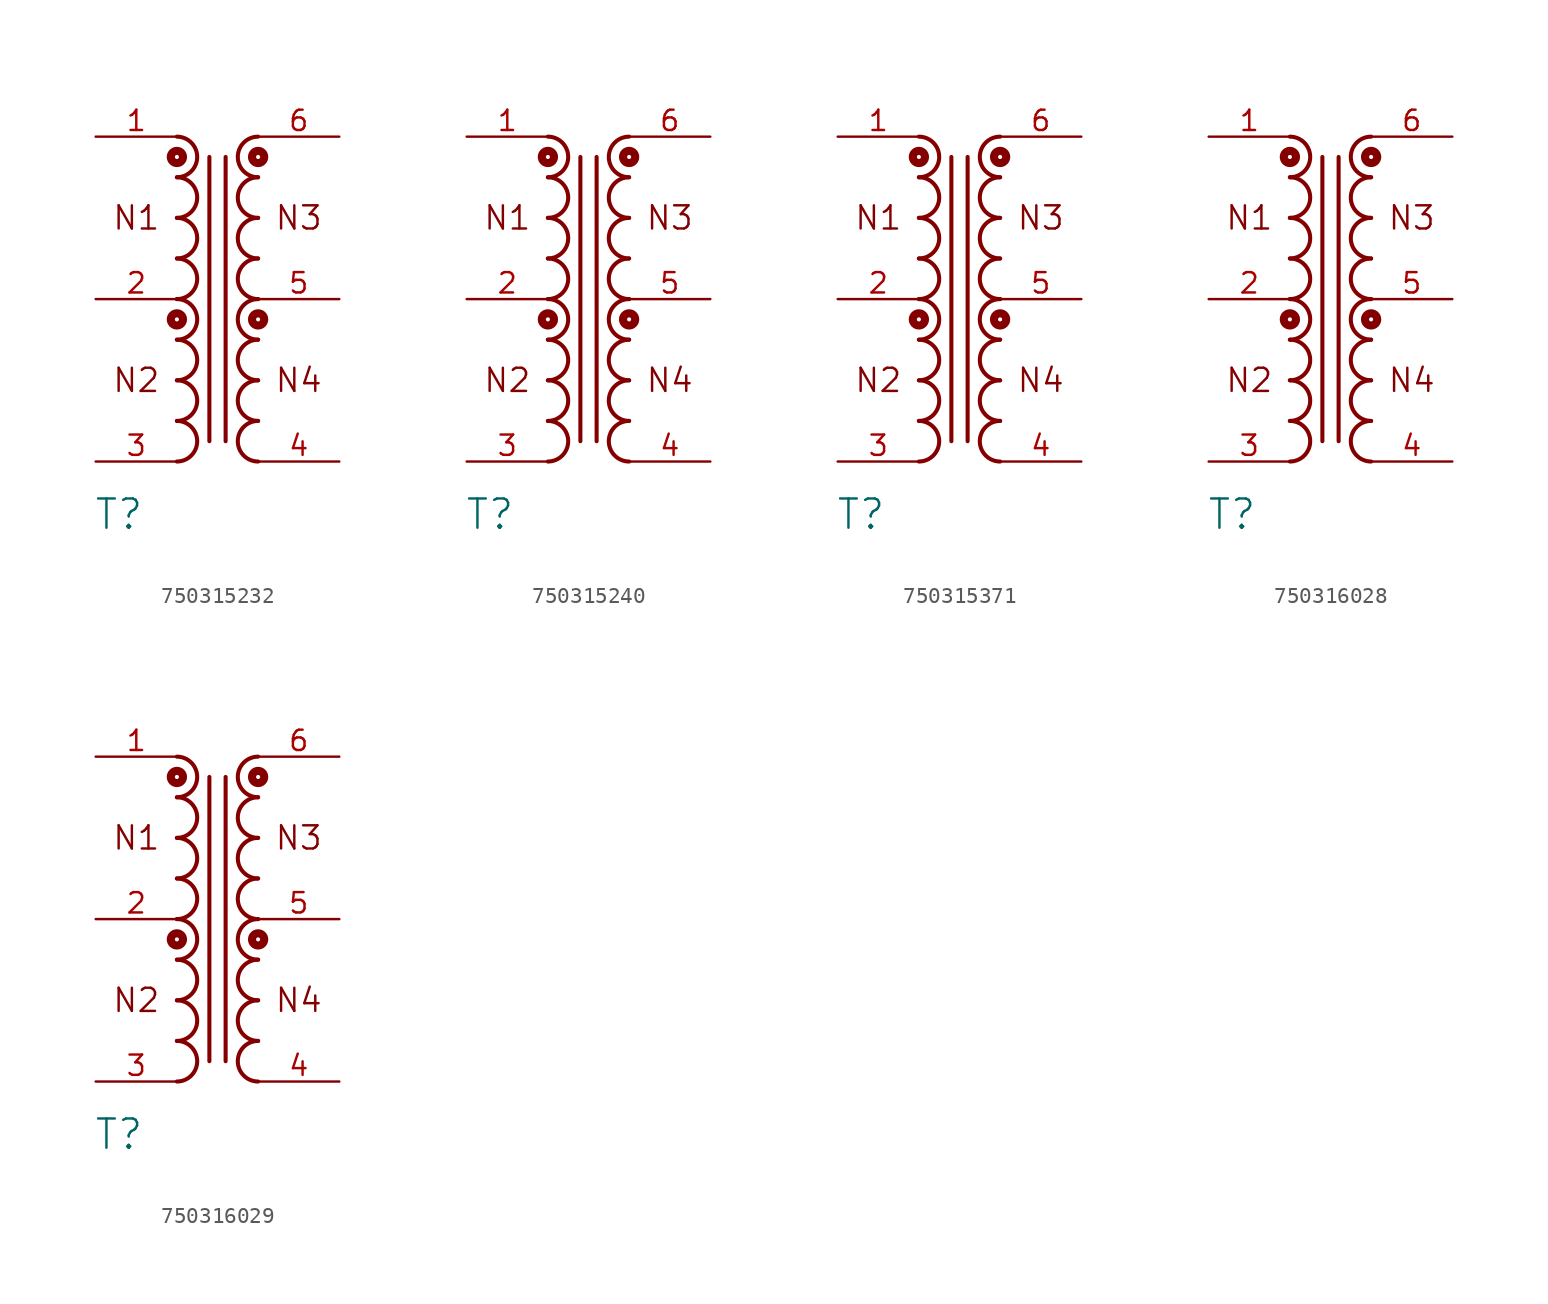
<source format=kicad_sym>
(kicad_symbol_lib
  (version 20231120)
  (generator "kicad_symbol_editor")
  (generator_version "8.0")
  (symbol "750315232"
    (property "Reference" "T"
      (at 1.457 -23.622 0)
      (effects (font (size 1.829 1.829))))
    (symbol "750315232_1_0"
      (polyline (pts (xy 7.112 -1.27) (xy 7.112 -19.05)) (stroke (width 0.254) (type solid)) (fill (type none)))
      (polyline (pts (xy 8.128 -1.27) (xy 8.128 -19.05)) (stroke (width 0.254) (type solid)) (fill (type none)))
      (arc (start 5.08 -20.32) (mid 6.35 -19.05) (end 5.08 -17.78) (stroke (width 0.254) (type solid)) (fill (type none)))
      (arc (start 5.08 -17.78) (mid 6.35 -16.51) (end 5.08 -15.24) (stroke (width 0.254) (type solid)) (fill (type none)))
      (arc (start 5.08 -15.24) (mid 6.35 -13.97) (end 5.08 -12.7) (stroke (width 0.254) (type solid)) (fill (type none)))
      (arc (start 5.08 -12.7) (mid 6.35 -11.43) (end 5.08 -10.16) (stroke (width 0.254) (type solid)) (fill (type none)))
      (circle (center 5.08 -11.43) (radius 0.127) (stroke (width 0.508) (type solid)) (fill (type none)))
      (arc (start 5.08 -10.16) (mid 6.35 -8.89) (end 5.08 -7.62) (stroke (width 0.254) (type solid)) (fill (type none)))
      (arc (start 5.08 -7.62) (mid 6.35 -6.35) (end 5.08 -5.08) (stroke (width 0.254) (type solid)) (fill (type none)))
      (arc (start 5.08 -5.08) (mid 6.35 -3.81) (end 5.08 -2.54) (stroke (width 0.254) (type solid)) (fill (type none)))
      (arc (start 5.08 -2.54) (mid 6.35 -1.27) (end 5.08 0) (stroke (width 0.254) (type solid)) (fill (type none)))
      (circle (center 5.08 -1.27) (radius 0.127) (stroke (width 0.508) (type solid)) (fill (type none)))
      (arc (start 10.16 -17.78) (mid 8.89 -19.05) (end 10.16 -20.32) (stroke (width 0.254) (type solid)) (fill (type none)))
      (arc (start 10.16 -15.24) (mid 8.89 -16.51) (end 10.16 -17.78) (stroke (width 0.254) (type solid)) (fill (type none)))
      (arc (start 10.16 -12.7) (mid 8.89 -13.97) (end 10.16 -15.24) (stroke (width 0.254) (type solid)) (fill (type none)))
      (circle (center 10.16 -11.43) (radius 0.127) (stroke (width 0.508) (type solid)) (fill (type none)))
      (arc (start 10.16 -10.16) (mid 8.89 -11.43) (end 10.16 -12.7) (stroke (width 0.254) (type solid)) (fill (type none)))
      (arc (start 10.16 -7.62) (mid 8.89 -8.89) (end 10.16 -10.16) (stroke (width 0.254) (type solid)) (fill (type none)))
      (arc (start 10.16 -5.08) (mid 8.89 -6.35) (end 10.16 -7.62) (stroke (width 0.254) (type solid)) (fill (type none)))
      (arc (start 10.16 -2.54) (mid 8.89 -3.81) (end 10.16 -5.08) (stroke (width 0.254) (type solid)) (fill (type none)))
      (circle (center 10.16 -1.27) (radius 0.127) (stroke (width 0.508) (type solid)) (fill (type none)))
      (arc (start 10.16 0) (mid 8.89 -1.27) (end 10.16 -2.54) (stroke (width 0.254) (type solid)) (fill (type none)))
      (text "N1" (at 2.54 -5.08 0) (effects (font (size 1.448 1.448))))
      (text "N2" (at 2.54 -15.24 0) (effects (font (size 1.448 1.448))))
      (text "N3" (at 12.7 -5.08 0) (effects (font (size 1.448 1.448))))
      (text "N4" (at 12.7 -15.24 0) (effects (font (size 1.448 1.448))))
      (pin passive line (at 0 0 0) (length 5.08) (name "1" (effects (font (size 0 0)))) (number "1" (effects (font (size 1.27 1.27)))))
      (pin passive line (at 0 -10.16 0) (length 5.08) (name "2" (effects (font (size 0 0)))) (number "2" (effects (font (size 1.27 1.27)))))
      (pin passive line (at 0 -20.32 0) (length 5.08) (name "3" (effects (font (size 0 0)))) (number "3" (effects (font (size 1.27 1.27)))))
      (pin passive line (at 15.24 -20.32 180) (length 5.08) (name "4" (effects (font (size 0 0)))) (number "4" (effects (font (size 1.27 1.27)))))
      (pin passive line (at 15.24 -10.16 180) (length 5.08) (name "5" (effects (font (size 0 0)))) (number "5" (effects (font (size 1.27 1.27)))))
      (pin passive line (at 15.24 0 180) (length 5.08) (name "6" (effects (font (size 0 0)))) (number "6" (effects (font (size 1.27 1.27)))))))
  (symbol "750315240"
    (property "Reference" "T"
      (at 1.457 -23.622 0)
      (effects (font (size 1.829 1.829))))
    (symbol "750315240_1_0"
      (polyline (pts (xy 7.112 -1.27) (xy 7.112 -19.05)) (stroke (width 0.254) (type solid)) (fill (type none)))
      (polyline (pts (xy 8.128 -1.27) (xy 8.128 -19.05)) (stroke (width 0.254) (type solid)) (fill (type none)))
      (arc (start 5.08 -20.32) (mid 6.35 -19.05) (end 5.08 -17.78) (stroke (width 0.254) (type solid)) (fill (type none)))
      (arc (start 5.08 -17.78) (mid 6.35 -16.51) (end 5.08 -15.24) (stroke (width 0.254) (type solid)) (fill (type none)))
      (arc (start 5.08 -15.24) (mid 6.35 -13.97) (end 5.08 -12.7) (stroke (width 0.254) (type solid)) (fill (type none)))
      (arc (start 5.08 -12.7) (mid 6.35 -11.43) (end 5.08 -10.16) (stroke (width 0.254) (type solid)) (fill (type none)))
      (circle (center 5.08 -11.43) (radius 0.127) (stroke (width 0.508) (type solid)) (fill (type none)))
      (arc (start 5.08 -10.16) (mid 6.35 -8.89) (end 5.08 -7.62) (stroke (width 0.254) (type solid)) (fill (type none)))
      (arc (start 5.08 -7.62) (mid 6.35 -6.35) (end 5.08 -5.08) (stroke (width 0.254) (type solid)) (fill (type none)))
      (arc (start 5.08 -5.08) (mid 6.35 -3.81) (end 5.08 -2.54) (stroke (width 0.254) (type solid)) (fill (type none)))
      (arc (start 5.08 -2.54) (mid 6.35 -1.27) (end 5.08 0) (stroke (width 0.254) (type solid)) (fill (type none)))
      (circle (center 5.08 -1.27) (radius 0.127) (stroke (width 0.508) (type solid)) (fill (type none)))
      (arc (start 10.16 -17.78) (mid 8.89 -19.05) (end 10.16 -20.32) (stroke (width 0.254) (type solid)) (fill (type none)))
      (arc (start 10.16 -15.24) (mid 8.89 -16.51) (end 10.16 -17.78) (stroke (width 0.254) (type solid)) (fill (type none)))
      (arc (start 10.16 -12.7) (mid 8.89 -13.97) (end 10.16 -15.24) (stroke (width 0.254) (type solid)) (fill (type none)))
      (circle (center 10.16 -11.43) (radius 0.127) (stroke (width 0.508) (type solid)) (fill (type none)))
      (arc (start 10.16 -10.16) (mid 8.89 -11.43) (end 10.16 -12.7) (stroke (width 0.254) (type solid)) (fill (type none)))
      (arc (start 10.16 -7.62) (mid 8.89 -8.89) (end 10.16 -10.16) (stroke (width 0.254) (type solid)) (fill (type none)))
      (arc (start 10.16 -5.08) (mid 8.89 -6.35) (end 10.16 -7.62) (stroke (width 0.254) (type solid)) (fill (type none)))
      (arc (start 10.16 -2.54) (mid 8.89 -3.81) (end 10.16 -5.08) (stroke (width 0.254) (type solid)) (fill (type none)))
      (circle (center 10.16 -1.27) (radius 0.127) (stroke (width 0.508) (type solid)) (fill (type none)))
      (arc (start 10.16 0) (mid 8.89 -1.27) (end 10.16 -2.54) (stroke (width 0.254) (type solid)) (fill (type none)))
      (text "N1" (at 2.54 -5.08 0) (effects (font (size 1.448 1.448))))
      (text "N2" (at 2.54 -15.24 0) (effects (font (size 1.448 1.448))))
      (text "N3" (at 12.7 -5.08 0) (effects (font (size 1.448 1.448))))
      (text "N4" (at 12.7 -15.24 0) (effects (font (size 1.448 1.448))))
      (pin passive line (at 0 0 0) (length 5.08) (name "1" (effects (font (size 0 0)))) (number "1" (effects (font (size 1.27 1.27)))))
      (pin passive line (at 0 -10.16 0) (length 5.08) (name "2" (effects (font (size 0 0)))) (number "2" (effects (font (size 1.27 1.27)))))
      (pin passive line (at 0 -20.32 0) (length 5.08) (name "3" (effects (font (size 0 0)))) (number "3" (effects (font (size 1.27 1.27)))))
      (pin passive line (at 15.24 -20.32 180) (length 5.08) (name "4" (effects (font (size 0 0)))) (number "4" (effects (font (size 1.27 1.27)))))
      (pin passive line (at 15.24 -10.16 180) (length 5.08) (name "5" (effects (font (size 0 0)))) (number "5" (effects (font (size 1.27 1.27)))))
      (pin passive line (at 15.24 0 180) (length 5.08) (name "6" (effects (font (size 0 0)))) (number "6" (effects (font (size 1.27 1.27)))))))
  (symbol "750315371"
    (property "Reference" "T"
      (at 1.457 -23.622 0)
      (effects (font (size 1.829 1.829))))
    (symbol "750315371_1_0"
      (polyline (pts (xy 7.112 -1.27) (xy 7.112 -19.05)) (stroke (width 0.254) (type solid)) (fill (type none)))
      (polyline (pts (xy 8.128 -1.27) (xy 8.128 -19.05)) (stroke (width 0.254) (type solid)) (fill (type none)))
      (arc (start 5.08 -20.32) (mid 6.35 -19.05) (end 5.08 -17.78) (stroke (width 0.254) (type solid)) (fill (type none)))
      (arc (start 5.08 -17.78) (mid 6.35 -16.51) (end 5.08 -15.24) (stroke (width 0.254) (type solid)) (fill (type none)))
      (arc (start 5.08 -15.24) (mid 6.35 -13.97) (end 5.08 -12.7) (stroke (width 0.254) (type solid)) (fill (type none)))
      (arc (start 5.08 -12.7) (mid 6.35 -11.43) (end 5.08 -10.16) (stroke (width 0.254) (type solid)) (fill (type none)))
      (circle (center 5.08 -11.43) (radius 0.127) (stroke (width 0.508) (type solid)) (fill (type none)))
      (arc (start 5.08 -10.16) (mid 6.35 -8.89) (end 5.08 -7.62) (stroke (width 0.254) (type solid)) (fill (type none)))
      (arc (start 5.08 -7.62) (mid 6.35 -6.35) (end 5.08 -5.08) (stroke (width 0.254) (type solid)) (fill (type none)))
      (arc (start 5.08 -5.08) (mid 6.35 -3.81) (end 5.08 -2.54) (stroke (width 0.254) (type solid)) (fill (type none)))
      (arc (start 5.08 -2.54) (mid 6.35 -1.27) (end 5.08 0) (stroke (width 0.254) (type solid)) (fill (type none)))
      (circle (center 5.08 -1.27) (radius 0.127) (stroke (width 0.508) (type solid)) (fill (type none)))
      (arc (start 10.16 -17.78) (mid 8.89 -19.05) (end 10.16 -20.32) (stroke (width 0.254) (type solid)) (fill (type none)))
      (arc (start 10.16 -15.24) (mid 8.89 -16.51) (end 10.16 -17.78) (stroke (width 0.254) (type solid)) (fill (type none)))
      (arc (start 10.16 -12.7) (mid 8.89 -13.97) (end 10.16 -15.24) (stroke (width 0.254) (type solid)) (fill (type none)))
      (circle (center 10.16 -11.43) (radius 0.127) (stroke (width 0.508) (type solid)) (fill (type none)))
      (arc (start 10.16 -10.16) (mid 8.89 -11.43) (end 10.16 -12.7) (stroke (width 0.254) (type solid)) (fill (type none)))
      (arc (start 10.16 -7.62) (mid 8.89 -8.89) (end 10.16 -10.16) (stroke (width 0.254) (type solid)) (fill (type none)))
      (arc (start 10.16 -5.08) (mid 8.89 -6.35) (end 10.16 -7.62) (stroke (width 0.254) (type solid)) (fill (type none)))
      (arc (start 10.16 -2.54) (mid 8.89 -3.81) (end 10.16 -5.08) (stroke (width 0.254) (type solid)) (fill (type none)))
      (circle (center 10.16 -1.27) (radius 0.127) (stroke (width 0.508) (type solid)) (fill (type none)))
      (arc (start 10.16 0) (mid 8.89 -1.27) (end 10.16 -2.54) (stroke (width 0.254) (type solid)) (fill (type none)))
      (text "N1" (at 2.54 -5.08 0) (effects (font (size 1.448 1.448))))
      (text "N2" (at 2.54 -15.24 0) (effects (font (size 1.448 1.448))))
      (text "N3" (at 12.7 -5.08 0) (effects (font (size 1.448 1.448))))
      (text "N4" (at 12.7 -15.24 0) (effects (font (size 1.448 1.448))))
      (pin passive line (at 0 0 0) (length 5.08) (name "1" (effects (font (size 0 0)))) (number "1" (effects (font (size 1.27 1.27)))))
      (pin passive line (at 0 -10.16 0) (length 5.08) (name "2" (effects (font (size 0 0)))) (number "2" (effects (font (size 1.27 1.27)))))
      (pin passive line (at 0 -20.32 0) (length 5.08) (name "3" (effects (font (size 0 0)))) (number "3" (effects (font (size 1.27 1.27)))))
      (pin passive line (at 15.24 -20.32 180) (length 5.08) (name "4" (effects (font (size 0 0)))) (number "4" (effects (font (size 1.27 1.27)))))
      (pin passive line (at 15.24 -10.16 180) (length 5.08) (name "5" (effects (font (size 0 0)))) (number "5" (effects (font (size 1.27 1.27)))))
      (pin passive line (at 15.24 0 180) (length 5.08) (name "6" (effects (font (size 0 0)))) (number "6" (effects (font (size 1.27 1.27)))))))
  (symbol "750316028"
    (property "Reference" "T"
      (at 1.457 -23.622 0)
      (effects (font (size 1.829 1.829))))
    (symbol "750316028_1_0"
      (polyline (pts (xy 7.112 -1.27) (xy 7.112 -19.05)) (stroke (width 0.254) (type solid)) (fill (type none)))
      (polyline (pts (xy 8.128 -1.27) (xy 8.128 -19.05)) (stroke (width 0.254) (type solid)) (fill (type none)))
      (arc (start 5.08 -20.32) (mid 6.35 -19.05) (end 5.08 -17.78) (stroke (width 0.254) (type solid)) (fill (type none)))
      (arc (start 5.08 -17.78) (mid 6.35 -16.51) (end 5.08 -15.24) (stroke (width 0.254) (type solid)) (fill (type none)))
      (arc (start 5.08 -15.24) (mid 6.35 -13.97) (end 5.08 -12.7) (stroke (width 0.254) (type solid)) (fill (type none)))
      (arc (start 5.08 -12.7) (mid 6.35 -11.43) (end 5.08 -10.16) (stroke (width 0.254) (type solid)) (fill (type none)))
      (circle (center 5.08 -11.43) (radius 0.127) (stroke (width 0.508) (type solid)) (fill (type none)))
      (arc (start 5.08 -10.16) (mid 6.35 -8.89) (end 5.08 -7.62) (stroke (width 0.254) (type solid)) (fill (type none)))
      (arc (start 5.08 -7.62) (mid 6.35 -6.35) (end 5.08 -5.08) (stroke (width 0.254) (type solid)) (fill (type none)))
      (arc (start 5.08 -5.08) (mid 6.35 -3.81) (end 5.08 -2.54) (stroke (width 0.254) (type solid)) (fill (type none)))
      (arc (start 5.08 -2.54) (mid 6.35 -1.27) (end 5.08 0) (stroke (width 0.254) (type solid)) (fill (type none)))
      (circle (center 5.08 -1.27) (radius 0.127) (stroke (width 0.508) (type solid)) (fill (type none)))
      (arc (start 10.16 -17.78) (mid 8.89 -19.05) (end 10.16 -20.32) (stroke (width 0.254) (type solid)) (fill (type none)))
      (arc (start 10.16 -15.24) (mid 8.89 -16.51) (end 10.16 -17.78) (stroke (width 0.254) (type solid)) (fill (type none)))
      (arc (start 10.16 -12.7) (mid 8.89 -13.97) (end 10.16 -15.24) (stroke (width 0.254) (type solid)) (fill (type none)))
      (circle (center 10.16 -11.43) (radius 0.127) (stroke (width 0.508) (type solid)) (fill (type none)))
      (arc (start 10.16 -10.16) (mid 8.89 -11.43) (end 10.16 -12.7) (stroke (width 0.254) (type solid)) (fill (type none)))
      (arc (start 10.16 -7.62) (mid 8.89 -8.89) (end 10.16 -10.16) (stroke (width 0.254) (type solid)) (fill (type none)))
      (arc (start 10.16 -5.08) (mid 8.89 -6.35) (end 10.16 -7.62) (stroke (width 0.254) (type solid)) (fill (type none)))
      (arc (start 10.16 -2.54) (mid 8.89 -3.81) (end 10.16 -5.08) (stroke (width 0.254) (type solid)) (fill (type none)))
      (circle (center 10.16 -1.27) (radius 0.127) (stroke (width 0.508) (type solid)) (fill (type none)))
      (arc (start 10.16 0) (mid 8.89 -1.27) (end 10.16 -2.54) (stroke (width 0.254) (type solid)) (fill (type none)))
      (text "N1" (at 2.54 -5.08 0) (effects (font (size 1.448 1.448))))
      (text "N2" (at 2.54 -15.24 0) (effects (font (size 1.448 1.448))))
      (text "N3" (at 12.7 -5.08 0) (effects (font (size 1.448 1.448))))
      (text "N4" (at 12.7 -15.24 0) (effects (font (size 1.448 1.448))))
      (pin passive line (at 0 0 0) (length 5.08) (name "1" (effects (font (size 0 0)))) (number "1" (effects (font (size 1.27 1.27)))))
      (pin passive line (at 0 -10.16 0) (length 5.08) (name "2" (effects (font (size 0 0)))) (number "2" (effects (font (size 1.27 1.27)))))
      (pin passive line (at 0 -20.32 0) (length 5.08) (name "3" (effects (font (size 0 0)))) (number "3" (effects (font (size 1.27 1.27)))))
      (pin passive line (at 15.24 -20.32 180) (length 5.08) (name "4" (effects (font (size 0 0)))) (number "4" (effects (font (size 1.27 1.27)))))
      (pin passive line (at 15.24 -10.16 180) (length 5.08) (name "5" (effects (font (size 0 0)))) (number "5" (effects (font (size 1.27 1.27)))))
      (pin passive line (at 15.24 0 180) (length 5.08) (name "6" (effects (font (size 0 0)))) (number "6" (effects (font (size 1.27 1.27)))))))
  (symbol "750316029"
    (property "Reference" "T"
      (at 1.457 -23.622 0)
      (effects (font (size 1.829 1.829))))
    (symbol "750316029_1_0"
      (polyline (pts (xy 7.112 -1.27) (xy 7.112 -19.05)) (stroke (width 0.254) (type solid)) (fill (type none)))
      (polyline (pts (xy 8.128 -1.27) (xy 8.128 -19.05)) (stroke (width 0.254) (type solid)) (fill (type none)))
      (arc (start 5.08 -20.32) (mid 6.35 -19.05) (end 5.08 -17.78) (stroke (width 0.254) (type solid)) (fill (type none)))
      (arc (start 5.08 -17.78) (mid 6.35 -16.51) (end 5.08 -15.24) (stroke (width 0.254) (type solid)) (fill (type none)))
      (arc (start 5.08 -15.24) (mid 6.35 -13.97) (end 5.08 -12.7) (stroke (width 0.254) (type solid)) (fill (type none)))
      (arc (start 5.08 -12.7) (mid 6.35 -11.43) (end 5.08 -10.16) (stroke (width 0.254) (type solid)) (fill (type none)))
      (circle (center 5.08 -11.43) (radius 0.127) (stroke (width 0.508) (type solid)) (fill (type none)))
      (arc (start 5.08 -10.16) (mid 6.35 -8.89) (end 5.08 -7.62) (stroke (width 0.254) (type solid)) (fill (type none)))
      (arc (start 5.08 -7.62) (mid 6.35 -6.35) (end 5.08 -5.08) (stroke (width 0.254) (type solid)) (fill (type none)))
      (arc (start 5.08 -5.08) (mid 6.35 -3.81) (end 5.08 -2.54) (stroke (width 0.254) (type solid)) (fill (type none)))
      (arc (start 5.08 -2.54) (mid 6.35 -1.27) (end 5.08 0) (stroke (width 0.254) (type solid)) (fill (type none)))
      (circle (center 5.08 -1.27) (radius 0.127) (stroke (width 0.508) (type solid)) (fill (type none)))
      (arc (start 10.16 -17.78) (mid 8.89 -19.05) (end 10.16 -20.32) (stroke (width 0.254) (type solid)) (fill (type none)))
      (arc (start 10.16 -15.24) (mid 8.89 -16.51) (end 10.16 -17.78) (stroke (width 0.254) (type solid)) (fill (type none)))
      (arc (start 10.16 -12.7) (mid 8.89 -13.97) (end 10.16 -15.24) (stroke (width 0.254) (type solid)) (fill (type none)))
      (circle (center 10.16 -11.43) (radius 0.127) (stroke (width 0.508) (type solid)) (fill (type none)))
      (arc (start 10.16 -10.16) (mid 8.89 -11.43) (end 10.16 -12.7) (stroke (width 0.254) (type solid)) (fill (type none)))
      (arc (start 10.16 -7.62) (mid 8.89 -8.89) (end 10.16 -10.16) (stroke (width 0.254) (type solid)) (fill (type none)))
      (arc (start 10.16 -5.08) (mid 8.89 -6.35) (end 10.16 -7.62) (stroke (width 0.254) (type solid)) (fill (type none)))
      (arc (start 10.16 -2.54) (mid 8.89 -3.81) (end 10.16 -5.08) (stroke (width 0.254) (type solid)) (fill (type none)))
      (circle (center 10.16 -1.27) (radius 0.127) (stroke (width 0.508) (type solid)) (fill (type none)))
      (arc (start 10.16 0) (mid 8.89 -1.27) (end 10.16 -2.54) (stroke (width 0.254) (type solid)) (fill (type none)))
      (text "N1" (at 2.54 -5.08 0) (effects (font (size 1.448 1.448))))
      (text "N2" (at 2.54 -15.24 0) (effects (font (size 1.448 1.448))))
      (text "N3" (at 12.7 -5.08 0) (effects (font (size 1.448 1.448))))
      (text "N4" (at 12.7 -15.24 0) (effects (font (size 1.448 1.448))))
      (pin passive line (at 0 0 0) (length 5.08) (name "1" (effects (font (size 0 0)))) (number "1" (effects (font (size 1.27 1.27)))))
      (pin passive line (at 0 -10.16 0) (length 5.08) (name "2" (effects (font (size 0 0)))) (number "2" (effects (font (size 1.27 1.27)))))
      (pin passive line (at 0 -20.32 0) (length 5.08) (name "3" (effects (font (size 0 0)))) (number "3" (effects (font (size 1.27 1.27)))))
      (pin passive line (at 15.24 -20.32 180) (length 5.08) (name "4" (effects (font (size 0 0)))) (number "4" (effects (font (size 1.27 1.27)))))
      (pin passive line (at 15.24 -10.16 180) (length 5.08) (name "5" (effects (font (size 0 0)))) (number "5" (effects (font (size 1.27 1.27)))))
      (pin passive line (at 15.24 0 180) (length 5.08) (name "6" (effects (font (size 0 0)))) (number "6" (effects (font (size 1.27 1.27))))))))
</source>
